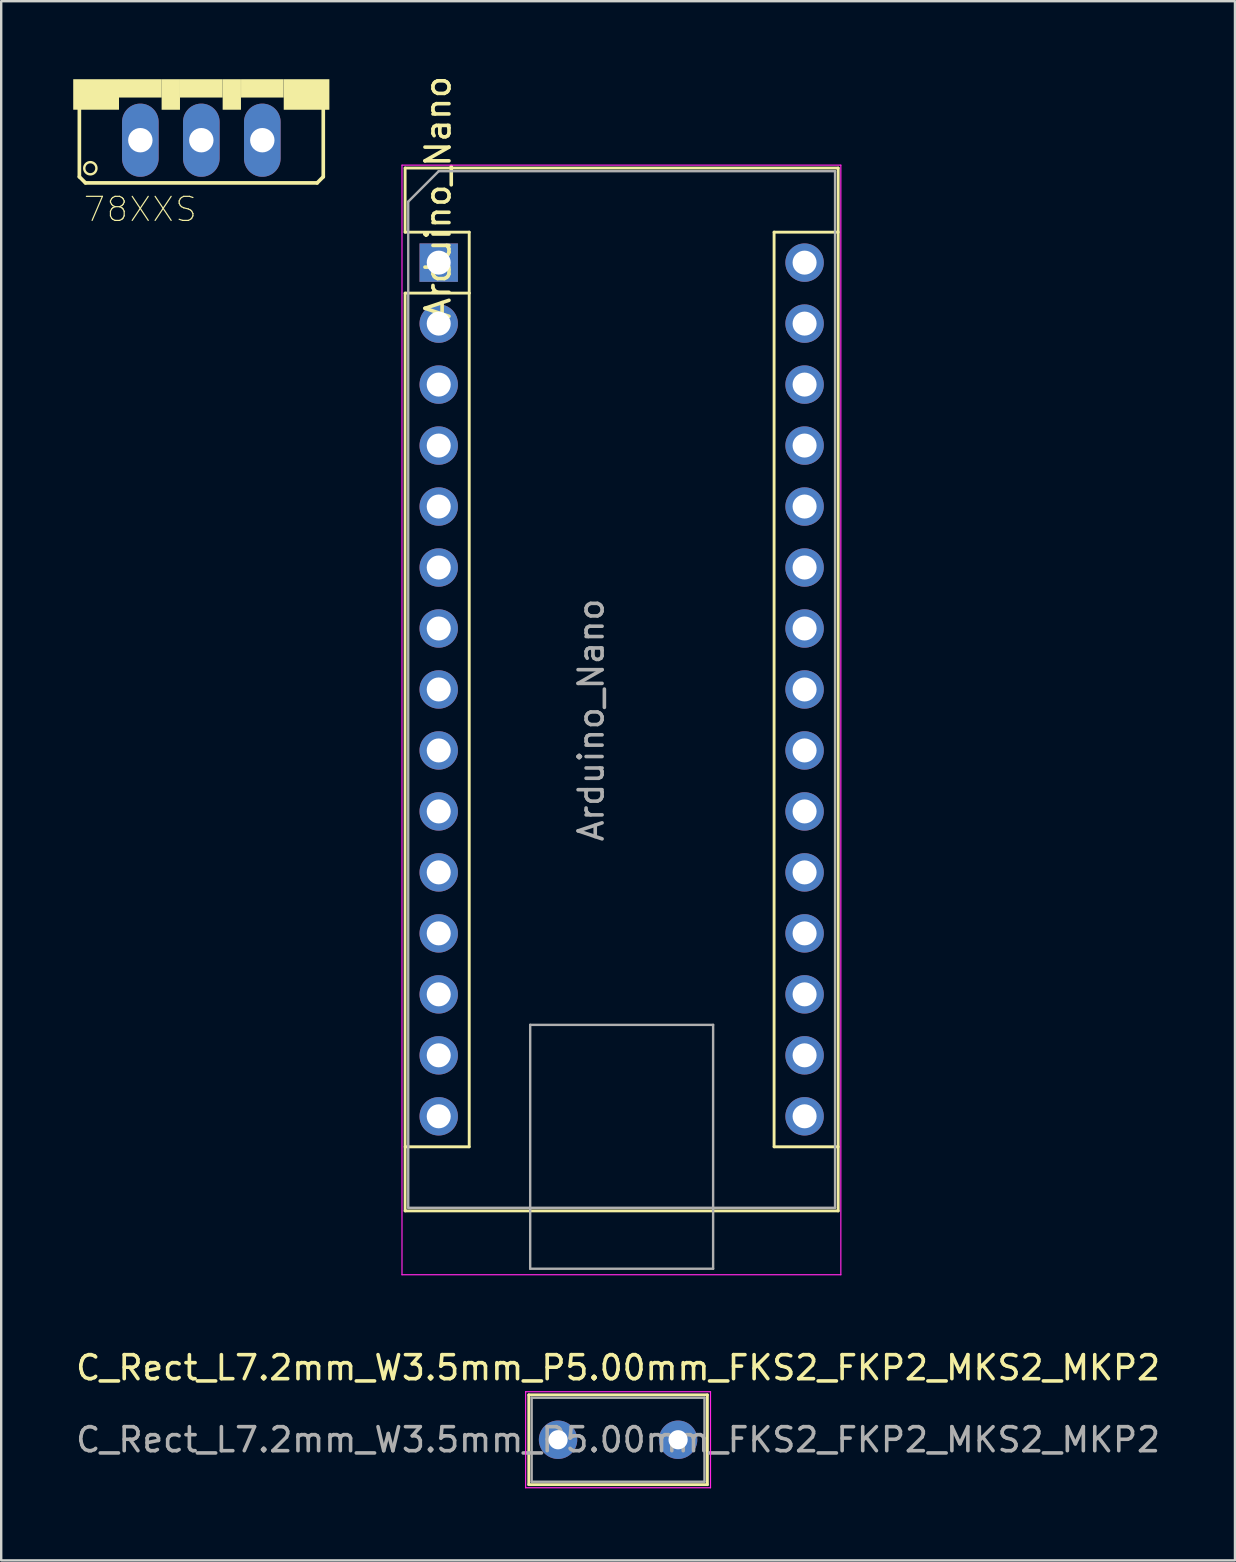
<source format=kicad_pcb>
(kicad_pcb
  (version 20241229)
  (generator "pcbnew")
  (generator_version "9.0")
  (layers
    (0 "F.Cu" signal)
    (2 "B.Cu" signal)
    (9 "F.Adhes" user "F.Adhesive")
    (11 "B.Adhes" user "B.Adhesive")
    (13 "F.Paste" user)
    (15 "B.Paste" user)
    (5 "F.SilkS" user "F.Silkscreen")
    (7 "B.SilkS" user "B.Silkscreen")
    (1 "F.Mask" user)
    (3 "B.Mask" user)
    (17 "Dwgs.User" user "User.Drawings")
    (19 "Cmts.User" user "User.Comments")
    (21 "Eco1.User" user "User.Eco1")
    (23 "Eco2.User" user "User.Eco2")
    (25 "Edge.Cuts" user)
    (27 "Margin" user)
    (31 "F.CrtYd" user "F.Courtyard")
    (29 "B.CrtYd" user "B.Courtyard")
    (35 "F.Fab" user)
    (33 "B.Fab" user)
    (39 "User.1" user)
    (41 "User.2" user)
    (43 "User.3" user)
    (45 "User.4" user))
  (footprint "Arduino_Nano"
    (layer "F.Cu")
    (at 15.225 7.89)
    (property "Reference" "Arduino_Nano" (at -0.028 -2.717 270) (layer "F.SilkS") (effects (font (size 1 1) (thickness 0.15))))
    (attr through_hole)
    (fp_line (start -1.4 -3.94) (end -1.4 -1.27) (stroke (width 0.12) (type solid)) (layer "F.SilkS"))
    (fp_line (start -1.4 1.27) (end -1.4 39.5) (stroke (width 0.12) (type solid)) (layer "F.SilkS"))
    (fp_line (start -1.4 39.5) (end 16.64 39.5) (stroke (width 0.12) (type solid)) (layer "F.SilkS"))
    (fp_line (start 1.27 -1.27) (end -1.4 -1.27) (stroke (width 0.12) (type solid)) (layer "F.SilkS"))
    (fp_line (start 1.27 1.27) (end -1.4 1.27) (stroke (width 0.12) (type solid)) (layer "F.SilkS"))
    (fp_line (start 1.27 1.27) (end 1.27 -1.27) (stroke (width 0.12) (type solid)) (layer "F.SilkS"))
    (fp_line (start 1.27 1.27) (end 1.27 36.83) (stroke (width 0.12) (type solid)) (layer "F.SilkS"))
    (fp_line (start 1.27 36.83) (end -1.4 36.83) (stroke (width 0.12) (type solid)) (layer "F.SilkS"))
    (fp_line (start 13.97 -1.27) (end 13.97 36.83) (stroke (width 0.12) (type solid)) (layer "F.SilkS"))
    (fp_line (start 13.97 -1.27) (end 16.64 -1.27) (stroke (width 0.12) (type solid)) (layer "F.SilkS"))
    (fp_line (start 13.97 36.83) (end 16.64 36.83) (stroke (width 0.12) (type solid)) (layer "F.SilkS"))
    (fp_line (start 16.64 -3.94) (end -1.4 -3.94) (stroke (width 0.12) (type solid)) (layer "F.SilkS"))
    (fp_line (start 16.64 39.5) (end 16.64 -3.94) (stroke (width 0.12) (type solid)) (layer "F.SilkS"))
    (fp_line (start -1.53 -4.06) (end -1.53 42.16) (stroke (width 0.05) (type solid)) (layer "F.CrtYd"))
    (fp_line (start -1.53 -4.06) (end 16.75 -4.06) (stroke (width 0.05) (type solid)) (layer "F.CrtYd"))
    (fp_line (start 16.75 42.16) (end -1.53 42.16) (stroke (width 0.05) (type solid)) (layer "F.CrtYd"))
    (fp_line (start 16.75 42.16) (end 16.75 -4.06) (stroke (width 0.05) (type solid)) (layer "F.CrtYd"))
    (fp_line (start -1.27 -2.54) (end 0 -3.81) (stroke (width 0.1) (type solid)) (layer "F.Fab"))
    (fp_line (start -1.27 39.37) (end -1.27 -2.54) (stroke (width 0.1) (type solid)) (layer "F.Fab"))
    (fp_line (start 0 -3.81) (end 16.51 -3.81) (stroke (width 0.1) (type solid)) (layer "F.Fab"))
    (fp_line (start 3.81 31.75) (end 11.43 31.75) (stroke (width 0.1) (type solid)) (layer "F.Fab"))
    (fp_line (start 3.81 41.91) (end 3.81 31.75) (stroke (width 0.1) (type solid)) (layer "F.Fab"))
    (fp_line (start 11.43 31.75) (end 11.43 41.91) (stroke (width 0.1) (type solid)) (layer "F.Fab"))
    (fp_line (start 11.43 41.91) (end 3.81 41.91) (stroke (width 0.1) (type solid)) (layer "F.Fab"))
    (fp_line (start 16.51 -3.81) (end 16.51 39.37) (stroke (width 0.1) (type solid)) (layer "F.Fab"))
    (fp_line (start 16.51 39.37) (end -1.27 39.37) (stroke (width 0.1) (type solid)) (layer "F.Fab"))
    (fp_text user "${REFERENCE}" (at 6.35 19.05 90) (layer "F.Fab") (effects (font (size 1 1) (thickness 0.15))))
    (pad "1" thru_hole rect (at 0 0) (size 1.6 1.6) (drill 1) (layers "*.Cu" "*.Mask"))
    (pad "2" thru_hole oval (at 0 2.54) (size 1.6 1.6) (drill 1) (layers "*.Cu" "*.Mask"))
    (pad "3" thru_hole oval (at 0 5.08) (size 1.6 1.6) (drill 1) (layers "*.Cu" "*.Mask"))
    (pad "4" thru_hole oval (at 0 7.62) (size 1.6 1.6) (drill 1) (layers "*.Cu" "*.Mask"))
    (pad "5" thru_hole oval (at 0 10.16) (size 1.6 1.6) (drill 1) (layers "*.Cu" "*.Mask"))
    (pad "6" thru_hole oval (at 0 12.7) (size 1.6 1.6) (drill 1) (layers "*.Cu" "*.Mask"))
    (pad "7" thru_hole oval (at 0 15.24) (size 1.6 1.6) (drill 1) (layers "*.Cu" "*.Mask"))
    (pad "8" thru_hole oval (at 0 17.78) (size 1.6 1.6) (drill 1) (layers "*.Cu" "*.Mask"))
    (pad "9" thru_hole oval (at 0 20.32) (size 1.6 1.6) (drill 1) (layers "*.Cu" "*.Mask"))
    (pad "10" thru_hole oval (at 0 22.86) (size 1.6 1.6) (drill 1) (layers "*.Cu" "*.Mask"))
    (pad "11" thru_hole oval (at 0 25.4) (size 1.6 1.6) (drill 1) (layers "*.Cu" "*.Mask"))
    (pad "12" thru_hole oval (at 0 27.94) (size 1.6 1.6) (drill 1) (layers "*.Cu" "*.Mask"))
    (pad "13" thru_hole oval (at 0 30.48) (size 1.6 1.6) (drill 1) (layers "*.Cu" "*.Mask"))
    (pad "14" thru_hole oval (at 0 33.02) (size 1.6 1.6) (drill 1) (layers "*.Cu" "*.Mask"))
    (pad "15" thru_hole oval (at 0 35.56) (size 1.6 1.6) (drill 1) (layers "*.Cu" "*.Mask"))
    (pad "16" thru_hole oval (at 15.24 35.56) (size 1.6 1.6) (drill 1) (layers "*.Cu" "*.Mask"))
    (pad "17" thru_hole oval (at 15.24 33.02) (size 1.6 1.6) (drill 1) (layers "*.Cu" "*.Mask"))
    (pad "18" thru_hole oval (at 15.24 30.48) (size 1.6 1.6) (drill 1) (layers "*.Cu" "*.Mask"))
    (pad "19" thru_hole oval (at 15.24 27.94) (size 1.6 1.6) (drill 1) (layers "*.Cu" "*.Mask"))
    (pad "20" thru_hole oval (at 15.24 25.4) (size 1.6 1.6) (drill 1) (layers "*.Cu" "*.Mask"))
    (pad "21" thru_hole oval (at 15.24 22.86) (size 1.6 1.6) (drill 1) (layers "*.Cu" "*.Mask"))
    (pad "22" thru_hole oval (at 15.24 20.32) (size 1.6 1.6) (drill 1) (layers "*.Cu" "*.Mask"))
    (pad "23" thru_hole oval (at 15.24 17.78) (size 1.6 1.6) (drill 1) (layers "*.Cu" "*.Mask"))
    (pad "24" thru_hole oval (at 15.24 15.24) (size 1.6 1.6) (drill 1) (layers "*.Cu" "*.Mask"))
    (pad "25" thru_hole oval (at 15.24 12.7) (size 1.6 1.6) (drill 1) (layers "*.Cu" "*.Mask"))
    (pad "26" thru_hole oval (at 15.24 10.16) (size 1.6 1.6) (drill 1) (layers "*.Cu" "*.Mask"))
    (pad "27" thru_hole oval (at 15.24 7.62) (size 1.6 1.6) (drill 1) (layers "*.Cu" "*.Mask"))
    (pad "28" thru_hole oval (at 15.24 5.08) (size 1.6 1.6) (drill 1) (layers "*.Cu" "*.Mask"))
    (pad "29" thru_hole oval (at 15.24 2.54) (size 1.6 1.6) (drill 1) (layers "*.Cu" "*.Mask"))
    (pad "30" thru_hole oval (at 15.24 0) (size 1.6 1.6) (drill 1) (layers "*.Cu" "*.Mask")))
  (footprint "78XXS"
    (layer "F.Cu")
    (at 5.336 0.25)
    (property "Reference" "78XXS" (at -2.545 5.42 0) (layer "F.SilkS") (effects (font (size 1.002 1.002) (thickness 0.05))))
    (attr through_hole)
    (fp_line (start -5.08 4.064) (end -5.08 1.143) (stroke (width 0.152) (type solid)) (layer "F.SilkS"))
    (fp_line (start -5.08 4.064) (end -4.826 4.318) (stroke (width 0.152) (type solid)) (layer "F.SilkS"))
    (fp_line (start 4.826 4.318) (end -4.826 4.318) (stroke (width 0.152) (type solid)) (layer "F.SilkS"))
    (fp_line (start 4.826 4.318) (end 5.08 4.064) (stroke (width 0.152) (type solid)) (layer "F.SilkS"))
    (fp_line (start 5.08 1.143) (end 5.08 4.064) (stroke (width 0.152) (type solid)) (layer "F.SilkS"))
    (fp_circle (center -4.623 3.708) (end -4.369 3.708) (stroke (width 0.1) (type solid)) (fill no) (layer "F.SilkS"))
    (fp_poly (pts (xy -5.336 0) (xy -3.429 0) (xy -3.429 1.27) (xy -5.336 1.27)) (stroke (width 0) (type solid)) (fill yes) (layer "F.SilkS"))
    (fp_poly (pts (xy -3.434 0) (xy -1.651 0) (xy -1.651 0.763) (xy -3.434 0.763)) (stroke (width 0) (type solid)) (fill yes) (layer "F.SilkS"))
    (fp_poly (pts (xy -1.654 0) (xy -0.889 0) (xy -0.889 1.272) (xy -1.654 1.272)) (stroke (width 0) (type solid)) (fill yes) (layer "F.SilkS"))
    (fp_poly (pts (xy -0.891 0) (xy 0.889 0) (xy 0.889 0.763) (xy -0.891 0.763)) (stroke (width 0) (type solid)) (fill yes) (layer "F.SilkS"))
    (fp_poly (pts (xy 0.889 0) (xy 1.651 0) (xy 1.651 1.271) (xy 0.889 1.271)) (stroke (width 0) (type solid)) (fill yes) (layer "F.SilkS"))
    (fp_poly (pts (xy 1.654 0) (xy 3.429 0) (xy 3.429 0.763) (xy 1.654 0.763)) (stroke (width 0) (type solid)) (fill yes) (layer "F.SilkS"))
    (fp_poly (pts (xy 3.433 0) (xy 5.334 0) (xy 5.334 1.272) (xy 3.433 1.272)) (stroke (width 0) (type solid)) (fill yes) (layer "F.SilkS"))
    (fp_poly (pts (xy -3.436 0.762) (xy -1.651 0.762) (xy -1.651 1.273) (xy -3.436 1.273)) (stroke (width 0.1) (type solid)) (fill no) (layer "Eco2.User"))
    (fp_poly (pts (xy -0.889 0.762) (xy 0.889 0.762) (xy 0.889 1.27) (xy -0.889 1.27)) (stroke (width 0.1) (type solid)) (fill no) (layer "Eco2.User"))
    (fp_poly (pts (xy 1.653 0.762) (xy 3.429 0.762) (xy 3.429 1.271) (xy 1.653 1.271)) (stroke (width 0.1) (type solid)) (fill no) (layer "Eco2.User"))
    (fp_text user "-" (at -0.635 3.812 0) (layer "Edge.Cuts") (effects (font (size 1 1) (thickness 0.05))))
    (fp_text user "I" (at -3.179 3.815 0) (layer "Edge.Cuts") (effects (font (size 1 1) (thickness 0.05))))
    (fp_text user "O" (at 1.906 3.813 0) (layer "Edge.Cuts") (effects (font (size 1 1) (thickness 0.05))))
    (pad "1" thru_hole oval (at -2.54 2.54 90) (size 3.048 1.524) (drill 1.016) (layers "*.Cu" "*.Mask"))
    (pad "2" thru_hole oval (at 0 2.54 90) (size 3.048 1.524) (drill 1.016) (layers "*.Cu" "*.Mask"))
    (pad "3" thru_hole oval (at 2.54 2.54 90) (size 3.048 1.524) (drill 1.016) (layers "*.Cu" "*.Mask")))
  (footprint "C_Rect_L7.2mm_W3.5mm_P5.00mm_FKS2_FKP2_MKS2_MKP2"
    (layer "F.Cu")
    (at 20.196 56.923)
    (property "Reference" "C_Rect_L7.2mm_W3.5mm_P5.00mm_FKS2_FKP2_MKS2_MKP2" (at 2.5 -3 0) (layer "F.SilkS") (effects (font (size 1 1) (thickness 0.15))))
    (attr through_hole)
    (fp_line (start -1.22 -1.87) (end -1.22 1.87) (stroke (width 0.12) (type solid)) (layer "F.SilkS"))
    (fp_line (start -1.22 -1.87) (end 6.22 -1.87) (stroke (width 0.12) (type solid)) (layer "F.SilkS"))
    (fp_line (start -1.22 1.87) (end 6.22 1.87) (stroke (width 0.12) (type solid)) (layer "F.SilkS"))
    (fp_line (start 6.22 -1.87) (end 6.22 1.87) (stroke (width 0.12) (type solid)) (layer "F.SilkS"))
    (fp_line (start -1.35 -2) (end -1.35 2) (stroke (width 0.05) (type solid)) (layer "F.CrtYd"))
    (fp_line (start -1.35 2) (end 6.35 2) (stroke (width 0.05) (type solid)) (layer "F.CrtYd"))
    (fp_line (start 6.35 -2) (end -1.35 -2) (stroke (width 0.05) (type solid)) (layer "F.CrtYd"))
    (fp_line (start 6.35 2) (end 6.35 -2) (stroke (width 0.05) (type solid)) (layer "F.CrtYd"))
    (fp_line (start -1.1 -1.75) (end -1.1 1.75) (stroke (width 0.1) (type solid)) (layer "F.Fab"))
    (fp_line (start -1.1 1.75) (end 6.1 1.75) (stroke (width 0.1) (type solid)) (layer "F.Fab"))
    (fp_line (start 6.1 -1.75) (end -1.1 -1.75) (stroke (width 0.1) (type solid)) (layer "F.Fab"))
    (fp_line (start 6.1 1.75) (end 6.1 -1.75) (stroke (width 0.1) (type solid)) (layer "F.Fab"))
    (fp_text user "${REFERENCE}" (at 2.5 0 0) (layer "F.Fab") (effects (font (size 1 1) (thickness 0.15))))
    (pad "1" thru_hole circle (at 0 0) (size 1.6 1.6) (drill 0.8) (layers "*.Cu" "*.Mask"))
    (pad "2" thru_hole circle (at 5 0) (size 1.6 1.6) (drill 0.8) (layers "*.Cu" "*.Mask")))
  (gr_rect
    (start -3 -3)
    (end 48.393 61.948)
    (stroke (width 0.1) (type default))
    (fill no)
    (layer "Edge.Cuts")))
</source>
